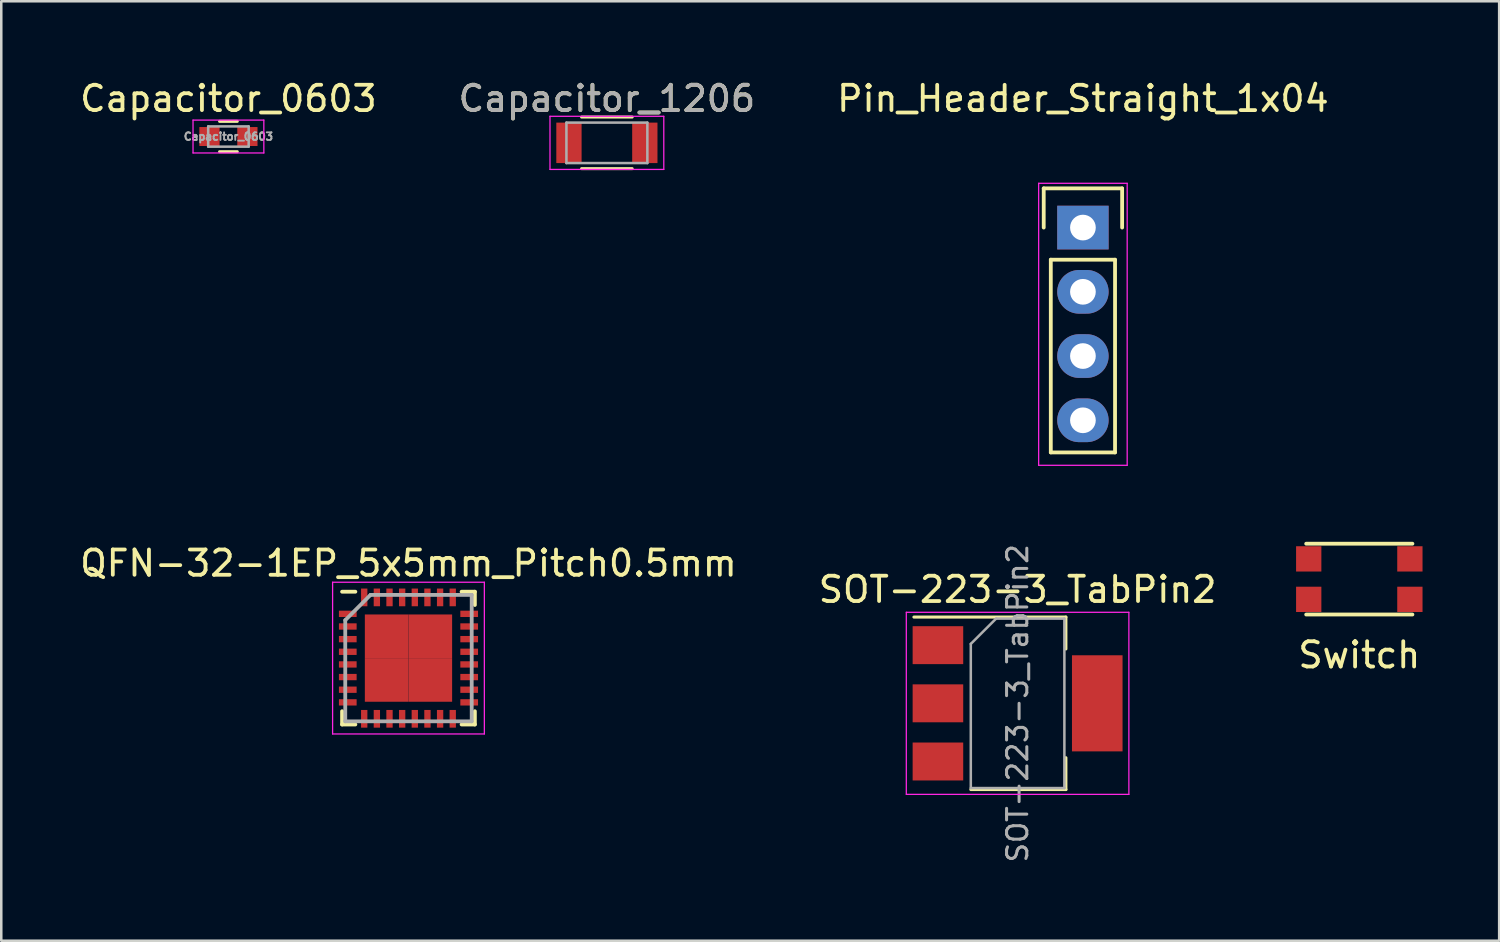
<source format=kicad_pcb>
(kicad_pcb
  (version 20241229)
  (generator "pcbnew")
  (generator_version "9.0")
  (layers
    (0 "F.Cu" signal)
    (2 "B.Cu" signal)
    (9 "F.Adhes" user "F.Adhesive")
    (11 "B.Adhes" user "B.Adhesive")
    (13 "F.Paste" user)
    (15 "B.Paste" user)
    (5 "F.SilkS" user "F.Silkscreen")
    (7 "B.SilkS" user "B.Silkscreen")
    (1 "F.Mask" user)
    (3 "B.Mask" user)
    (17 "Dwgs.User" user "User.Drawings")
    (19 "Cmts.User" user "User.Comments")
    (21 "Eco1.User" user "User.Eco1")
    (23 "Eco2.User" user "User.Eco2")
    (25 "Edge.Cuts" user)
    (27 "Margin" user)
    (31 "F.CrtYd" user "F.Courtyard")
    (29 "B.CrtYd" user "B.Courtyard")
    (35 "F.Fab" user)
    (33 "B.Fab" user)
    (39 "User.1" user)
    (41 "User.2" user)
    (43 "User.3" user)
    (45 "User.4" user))
  (footprint "Switch"
    (layer "F.Cu")
    (at 50.696 19.848)
    (property "Reference" "Switch" (at 0 3 0) (layer "F.SilkS") (effects (font (size 1 1) (thickness 0.15))))
    (attr through_hole)
    (fp_line (start -2.1 -1.4) (end 2.1 -1.4) (stroke (width 0.15) (type solid)) (layer "F.SilkS"))
    (fp_line (start 2.1 1.4) (end -2.1 1.4) (stroke (width 0.15) (type solid)) (layer "F.SilkS"))
    (pad "1" smd rect (at -2 -0.8) (size 1 1) (layers "F.Cu" "F.Mask" "F.Paste"))
    (pad "1" smd rect (at 2 -0.8) (size 1 1) (layers "F.Cu" "F.Mask" "F.Paste"))
    (pad "2" smd rect (at -2 0.8) (size 1 1) (layers "F.Cu" "F.Mask" "F.Paste"))
    (pad "2" smd rect (at 2 0.8) (size 1 1) (layers "F.Cu" "F.Mask" "F.Paste")))
  (footprint "Pin_Header_Straight_1x04"
    (layer "F.Cu")
    (at 39.768 5.948)
    (property "Reference" "Pin_Header_Straight_1x04" (at 0 -5.1 0) (layer "F.SilkS") (effects (font (size 1 1) (thickness 0.15))))
    (attr through_hole)
    (fp_line (start -1.55 -1.55) (end 1.55 -1.55) (stroke (width 0.15) (type solid)) (layer "F.SilkS"))
    (fp_line (start -1.55 0) (end -1.55 -1.55) (stroke (width 0.15) (type solid)) (layer "F.SilkS"))
    (fp_line (start -1.27 1.27) (end -1.27 8.89) (stroke (width 0.15) (type solid)) (layer "F.SilkS"))
    (fp_line (start -1.27 8.89) (end 1.27 8.89) (stroke (width 0.15) (type solid)) (layer "F.SilkS"))
    (fp_line (start 1.27 1.27) (end -1.27 1.27) (stroke (width 0.15) (type solid)) (layer "F.SilkS"))
    (fp_line (start 1.27 1.27) (end 1.27 8.89) (stroke (width 0.15) (type solid)) (layer "F.SilkS"))
    (fp_line (start 1.55 -1.55) (end 1.55 0) (stroke (width 0.15) (type solid)) (layer "F.SilkS"))
    (fp_line (start -1.75 -1.75) (end -1.75 9.4) (stroke (width 0.05) (type solid)) (layer "F.CrtYd"))
    (fp_line (start -1.75 -1.75) (end 1.75 -1.75) (stroke (width 0.05) (type solid)) (layer "F.CrtYd"))
    (fp_line (start -1.75 9.4) (end 1.75 9.4) (stroke (width 0.05) (type solid)) (layer "F.CrtYd"))
    (fp_line (start 1.75 -1.75) (end 1.75 9.4) (stroke (width 0.05) (type solid)) (layer "F.CrtYd"))
    (pad "1" thru_hole rect (at 0 0) (size 2.032 1.727) (drill 1.016) (layers "*.Cu" "*.Mask"))
    (pad "2" thru_hole oval (at 0 2.54) (size 2.032 1.727) (drill 1.016) (layers "*.Cu" "*.Mask"))
    (pad "3" thru_hole oval (at 0 5.08) (size 2.032 1.727) (drill 1.016) (layers "*.Cu" "*.Mask"))
    (pad "4" thru_hole oval (at 0 7.62) (size 2.032 1.727) (drill 1.016) (layers "*.Cu" "*.Mask")))
  (footprint "QFN-32-1EP_5x5mm_Pitch0.5mm"
    (layer "F.Cu")
    (at 13.101 22.971)
    (property "Reference" "QFN-32-1EP_5x5mm_Pitch0.5mm" (at 0 -3.75 0) (layer "F.SilkS") (effects (font (size 1 1) (thickness 0.15))))
    (attr smd)
    (fp_line (start -2.625 -2.625) (end -2.1 -2.625) (stroke (width 0.15) (type solid)) (layer "F.SilkS"))
    (fp_line (start -2.625 2.625) (end -2.625 2.1) (stroke (width 0.15) (type solid)) (layer "F.SilkS"))
    (fp_line (start -2.625 2.625) (end -2.1 2.625) (stroke (width 0.15) (type solid)) (layer "F.SilkS"))
    (fp_line (start 2.625 -2.625) (end 2.1 -2.625) (stroke (width 0.15) (type solid)) (layer "F.SilkS"))
    (fp_line (start 2.625 -2.625) (end 2.625 -2.1) (stroke (width 0.15) (type solid)) (layer "F.SilkS"))
    (fp_line (start 2.625 2.625) (end 2.1 2.625) (stroke (width 0.15) (type solid)) (layer "F.SilkS"))
    (fp_line (start 2.625 2.625) (end 2.625 2.1) (stroke (width 0.15) (type solid)) (layer "F.SilkS"))
    (fp_line (start -3 -3) (end -3 3) (stroke (width 0.05) (type solid)) (layer "F.CrtYd"))
    (fp_line (start -3 -3) (end 3 -3) (stroke (width 0.05) (type solid)) (layer "F.CrtYd"))
    (fp_line (start -3 3) (end 3 3) (stroke (width 0.05) (type solid)) (layer "F.CrtYd"))
    (fp_line (start 3 -3) (end 3 3) (stroke (width 0.05) (type solid)) (layer "F.CrtYd"))
    (fp_line (start -2.5 -1.5) (end -1.5 -2.5) (stroke (width 0.15) (type solid)) (layer "F.Fab"))
    (fp_line (start -2.5 2.5) (end -2.5 -1.5) (stroke (width 0.15) (type solid)) (layer "F.Fab"))
    (fp_line (start -1.5 -2.5) (end 2.5 -2.5) (stroke (width 0.15) (type solid)) (layer "F.Fab"))
    (fp_line (start 2.5 -2.5) (end 2.5 2.5) (stroke (width 0.15) (type solid)) (layer "F.Fab"))
    (fp_line (start 2.5 2.5) (end -2.5 2.5) (stroke (width 0.15) (type solid)) (layer "F.Fab"))
    (pad "1" smd rect (at -2.4 -1.75) (size 0.7 0.25) (layers "F.Cu" "F.Mask" "F.Paste"))
    (pad "2" smd rect (at -2.4 -1.25) (size 0.7 0.25) (layers "F.Cu" "F.Mask" "F.Paste"))
    (pad "3" smd rect (at -2.4 -0.75) (size 0.7 0.25) (layers "F.Cu" "F.Mask" "F.Paste"))
    (pad "4" smd rect (at -2.4 -0.25) (size 0.7 0.25) (layers "F.Cu" "F.Mask" "F.Paste"))
    (pad "5" smd rect (at -2.4 0.25) (size 0.7 0.25) (layers "F.Cu" "F.Mask" "F.Paste"))
    (pad "6" smd rect (at -2.4 0.75) (size 0.7 0.25) (layers "F.Cu" "F.Mask" "F.Paste"))
    (pad "7" smd rect (at -2.4 1.25) (size 0.7 0.25) (layers "F.Cu" "F.Mask" "F.Paste"))
    (pad "8" smd rect (at -2.4 1.75) (size 0.7 0.25) (layers "F.Cu" "F.Mask" "F.Paste"))
    (pad "8" smd rect (at -0.863 -0.863) (size 1.725 1.725) (layers "F.Cu" "F.Mask" "F.Paste"))
    (pad "8" smd rect (at -0.863 0.863) (size 1.725 1.725) (layers "F.Cu" "F.Mask" "F.Paste"))
    (pad "8" smd rect (at 0.863 -0.863) (size 1.725 1.725) (layers "F.Cu" "F.Mask" "F.Paste"))
    (pad "8" smd rect (at 0.863 0.863) (size 1.725 1.725) (layers "F.Cu" "F.Mask" "F.Paste"))
    (pad "9" smd rect (at -1.75 2.4 90) (size 0.7 0.25) (layers "F.Cu" "F.Mask" "F.Paste"))
    (pad "10" smd rect (at -1.25 2.4 90) (size 0.7 0.25) (layers "F.Cu" "F.Mask" "F.Paste"))
    (pad "11" smd rect (at -0.75 2.4 90) (size 0.7 0.25) (layers "F.Cu" "F.Mask" "F.Paste"))
    (pad "12" smd rect (at -0.25 2.4 90) (size 0.7 0.25) (layers "F.Cu" "F.Mask" "F.Paste"))
    (pad "13" smd rect (at 0.25 2.4 90) (size 0.7 0.25) (layers "F.Cu" "F.Mask" "F.Paste"))
    (pad "14" smd rect (at 0.75 2.4 90) (size 0.7 0.25) (layers "F.Cu" "F.Mask" "F.Paste"))
    (pad "15" smd rect (at 1.25 2.4 90) (size 0.7 0.25) (layers "F.Cu" "F.Mask" "F.Paste"))
    (pad "16" smd rect (at 1.75 2.4 90) (size 0.7 0.25) (layers "F.Cu" "F.Mask" "F.Paste"))
    (pad "17" smd rect (at 2.4 1.75) (size 0.7 0.25) (layers "F.Cu" "F.Mask" "F.Paste"))
    (pad "18" smd rect (at 2.4 1.25) (size 0.7 0.25) (layers "F.Cu" "F.Mask" "F.Paste"))
    (pad "19" smd rect (at 2.4 0.75) (size 0.7 0.25) (layers "F.Cu" "F.Mask" "F.Paste"))
    (pad "20" smd rect (at 2.4 0.25) (size 0.7 0.25) (layers "F.Cu" "F.Mask" "F.Paste"))
    (pad "21" smd rect (at 2.4 -0.25) (size 0.7 0.25) (layers "F.Cu" "F.Mask" "F.Paste"))
    (pad "22" smd rect (at 2.4 -0.75) (size 0.7 0.25) (layers "F.Cu" "F.Mask" "F.Paste"))
    (pad "23" smd rect (at 2.4 -1.25) (size 0.7 0.25) (layers "F.Cu" "F.Mask" "F.Paste"))
    (pad "24" smd rect (at 2.4 -1.75) (size 0.7 0.25) (layers "F.Cu" "F.Mask" "F.Paste"))
    (pad "25" smd rect (at 1.75 -2.4 90) (size 0.7 0.25) (layers "F.Cu" "F.Mask" "F.Paste"))
    (pad "26" smd rect (at 1.25 -2.4 90) (size 0.7 0.25) (layers "F.Cu" "F.Mask" "F.Paste"))
    (pad "27" smd rect (at 0.75 -2.4 90) (size 0.7 0.25) (layers "F.Cu" "F.Mask" "F.Paste"))
    (pad "28" smd rect (at 0.25 -2.4 90) (size 0.7 0.25) (layers "F.Cu" "F.Mask" "F.Paste"))
    (pad "29" smd rect (at -0.25 -2.4 90) (size 0.7 0.25) (layers "F.Cu" "F.Mask" "F.Paste"))
    (pad "30" smd rect (at -0.75 -2.4 90) (size 0.7 0.25) (layers "F.Cu" "F.Mask" "F.Paste"))
    (pad "31" smd rect (at -1.25 -2.4 90) (size 0.7 0.25) (layers "F.Cu" "F.Mask" "F.Paste"))
    (pad "32" smd rect (at -1.75 -2.4 90) (size 0.7 0.25) (layers "F.Cu" "F.Mask" "F.Paste")))
  (footprint "Capacitor_1206"
    (layer "F.Cu")
    (at 20.946 2.598)
    (property "Reference" "Capacitor_1206" (at 0 -1.75 0) (layer "F.SilkS") (effects (font (size 1 1) (thickness 0.15))))
    (attr smd)
    (fp_line (start -1 1.02) (end 1 1.02) (stroke (width 0.12) (type solid)) (layer "F.SilkS"))
    (fp_line (start 1 -1.02) (end -1 -1.02) (stroke (width 0.12) (type solid)) (layer "F.SilkS"))
    (fp_line (start -2.25 -1.05) (end -2.25 1.05) (stroke (width 0.05) (type solid)) (layer "F.CrtYd"))
    (fp_line (start -2.25 -1.05) (end 2.25 -1.05) (stroke (width 0.05) (type solid)) (layer "F.CrtYd"))
    (fp_line (start 2.25 1.05) (end -2.25 1.05) (stroke (width 0.05) (type solid)) (layer "F.CrtYd"))
    (fp_line (start 2.25 1.05) (end 2.25 -1.05) (stroke (width 0.05) (type solid)) (layer "F.CrtYd"))
    (fp_line (start -1.6 -0.8) (end 1.6 -0.8) (stroke (width 0.1) (type solid)) (layer "F.Fab"))
    (fp_line (start -1.6 0.8) (end -1.6 -0.8) (stroke (width 0.1) (type solid)) (layer "F.Fab"))
    (fp_line (start 1.6 -0.8) (end 1.6 0.8) (stroke (width 0.1) (type solid)) (layer "F.Fab"))
    (fp_line (start 1.6 0.8) (end -1.6 0.8) (stroke (width 0.1) (type solid)) (layer "F.Fab"))
    (fp_text user "${REFERENCE}" (at 0 -1.75 0) (layer "F.Fab") (effects (font (size 1 1) (thickness 0.15))))
    (pad "1" smd rect (at -1.5 0) (size 1 1.6) (layers "F.Cu" "F.Mask" "F.Paste"))
    (pad "2" smd rect (at 1.5 0) (size 1 1.6) (layers "F.Cu" "F.Mask" "F.Paste")))
  (footprint "SOT-223-3_TabPin2"
    (layer "F.Cu")
    (at 37.185 24.759)
    (property "Reference" "SOT-223-3_TabPin2" (at 0 -4.5 0) (layer "F.SilkS") (effects (font (size 1 1) (thickness 0.15))))
    (attr smd)
    (fp_line (start -4.1 -3.41) (end 1.91 -3.41) (stroke (width 0.12) (type solid)) (layer "F.SilkS"))
    (fp_line (start -1.85 3.41) (end 1.91 3.41) (stroke (width 0.12) (type solid)) (layer "F.SilkS"))
    (fp_line (start 1.91 -3.41) (end 1.91 -2.15) (stroke (width 0.12) (type solid)) (layer "F.SilkS"))
    (fp_line (start 1.91 3.41) (end 1.91 2.15) (stroke (width 0.12) (type solid)) (layer "F.SilkS"))
    (fp_line (start -4.4 -3.6) (end -4.4 3.6) (stroke (width 0.05) (type solid)) (layer "F.CrtYd"))
    (fp_line (start -4.4 3.6) (end 4.4 3.6) (stroke (width 0.05) (type solid)) (layer "F.CrtYd"))
    (fp_line (start 4.4 -3.6) (end -4.4 -3.6) (stroke (width 0.05) (type solid)) (layer "F.CrtYd"))
    (fp_line (start 4.4 3.6) (end 4.4 -3.6) (stroke (width 0.05) (type solid)) (layer "F.CrtYd"))
    (fp_line (start -1.85 -2.35) (end -1.85 3.35) (stroke (width 0.1) (type solid)) (layer "F.Fab"))
    (fp_line (start -1.85 -2.35) (end -0.85 -3.35) (stroke (width 0.1) (type solid)) (layer "F.Fab"))
    (fp_line (start -1.85 3.35) (end 1.85 3.35) (stroke (width 0.1) (type solid)) (layer "F.Fab"))
    (fp_line (start -0.85 -3.35) (end 1.85 -3.35) (stroke (width 0.1) (type solid)) (layer "F.Fab"))
    (fp_line (start 1.85 -3.35) (end 1.85 3.35) (stroke (width 0.1) (type solid)) (layer "F.Fab"))
    (fp_text user "${REFERENCE}" (at 0 0 90) (layer "F.Fab") (effects (font (size 0.8 0.8) (thickness 0.12))))
    (pad "1" smd rect (at -3.15 -2.3) (size 2 1.5) (layers "F.Cu" "F.Mask" "F.Paste"))
    (pad "2" smd rect (at -3.15 0) (size 2 1.5) (layers "F.Cu" "F.Mask" "F.Paste"))
    (pad "2" smd rect (at 3.15 0) (size 2 3.8) (layers "F.Cu" "F.Mask" "F.Paste"))
    (pad "3" smd rect (at -3.15 2.3) (size 2 1.5) (layers "F.Cu" "F.Mask" "F.Paste")))
  (footprint "Capacitor_0603"
    (layer "F.Cu")
    (at 5.982 2.348)
    (property "Reference" "Capacitor_0603" (at 0 -1.5 0) (layer "F.SilkS") (effects (font (size 1 1) (thickness 0.15))))
    (attr smd)
    (fp_line (start -0.35 -0.6) (end 0.35 -0.6) (stroke (width 0.12) (type solid)) (layer "F.SilkS"))
    (fp_line (start 0.35 0.6) (end -0.35 0.6) (stroke (width 0.12) (type solid)) (layer "F.SilkS"))
    (fp_line (start -1.4 -0.65) (end -1.4 0.65) (stroke (width 0.05) (type solid)) (layer "F.CrtYd"))
    (fp_line (start -1.4 -0.65) (end 1.4 -0.65) (stroke (width 0.05) (type solid)) (layer "F.CrtYd"))
    (fp_line (start 1.4 0.65) (end -1.4 0.65) (stroke (width 0.05) (type solid)) (layer "F.CrtYd"))
    (fp_line (start 1.4 0.65) (end 1.4 -0.65) (stroke (width 0.05) (type solid)) (layer "F.CrtYd"))
    (fp_line (start -0.8 -0.4) (end 0.8 -0.4) (stroke (width 0.1) (type solid)) (layer "F.Fab"))
    (fp_line (start -0.8 0.4) (end -0.8 -0.4) (stroke (width 0.1) (type solid)) (layer "F.Fab"))
    (fp_line (start 0.8 -0.4) (end 0.8 0.4) (stroke (width 0.1) (type solid)) (layer "F.Fab"))
    (fp_line (start 0.8 0.4) (end -0.8 0.4) (stroke (width 0.1) (type solid)) (layer "F.Fab"))
    (fp_text user "${REFERENCE}" (at 0 0 0) (layer "F.Fab") (effects (font (size 0.3 0.3) (thickness 0.075))))
    (pad "1" smd rect (at -0.75 0) (size 0.8 0.75) (layers "F.Cu" "F.Mask" "F.Paste"))
    (pad "2" smd rect (at 0.75 0) (size 0.8 0.75) (layers "F.Cu" "F.Mask" "F.Paste")))
  (gr_rect
    (start -3 -3)
    (end 56.226 34.145)
    (stroke (width 0.1) (type default))
    (fill no)
    (layer "Edge.Cuts")))
</source>
